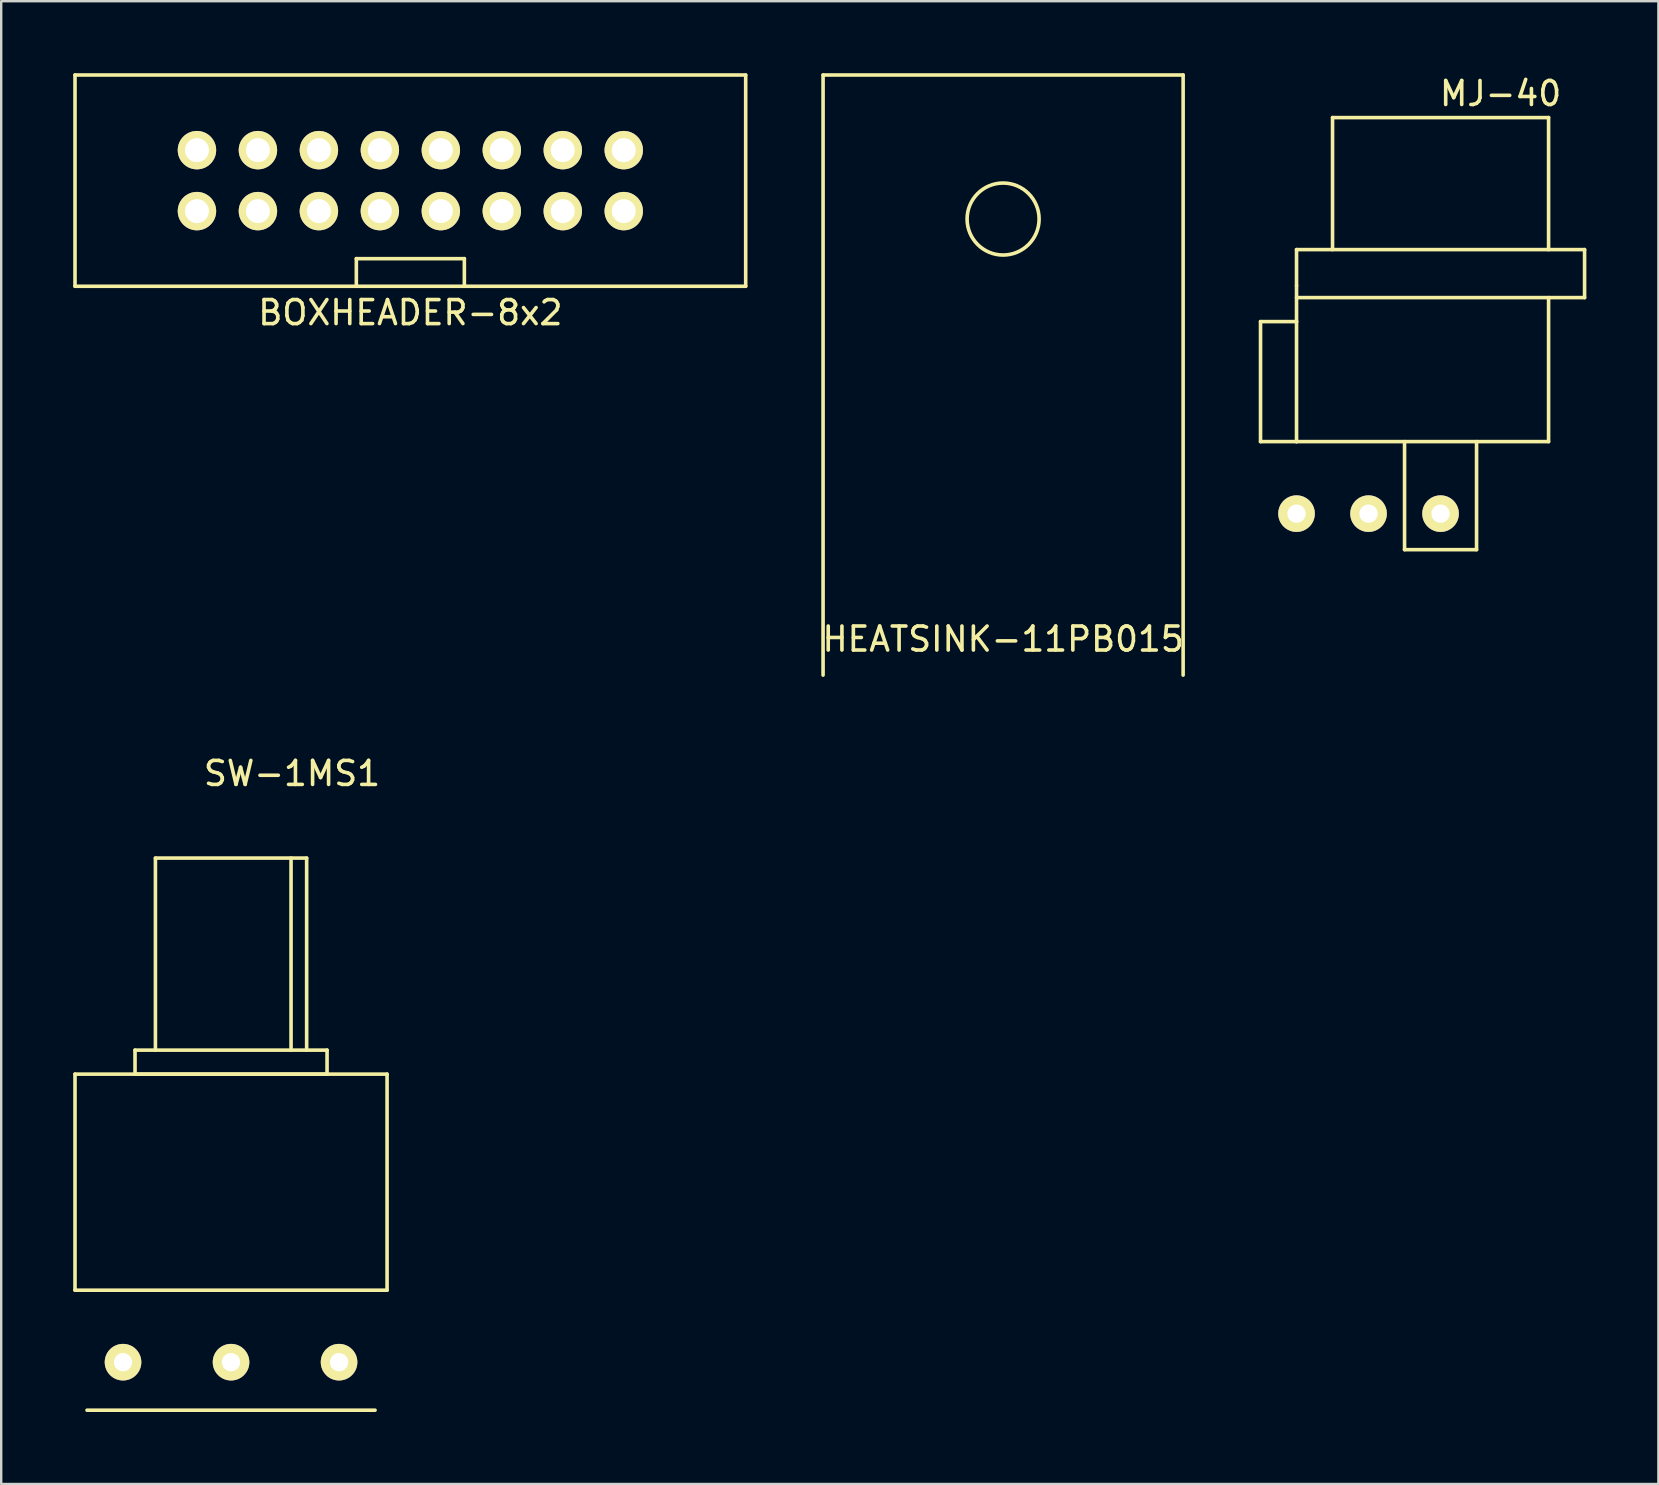
<source format=kicad_pcb>
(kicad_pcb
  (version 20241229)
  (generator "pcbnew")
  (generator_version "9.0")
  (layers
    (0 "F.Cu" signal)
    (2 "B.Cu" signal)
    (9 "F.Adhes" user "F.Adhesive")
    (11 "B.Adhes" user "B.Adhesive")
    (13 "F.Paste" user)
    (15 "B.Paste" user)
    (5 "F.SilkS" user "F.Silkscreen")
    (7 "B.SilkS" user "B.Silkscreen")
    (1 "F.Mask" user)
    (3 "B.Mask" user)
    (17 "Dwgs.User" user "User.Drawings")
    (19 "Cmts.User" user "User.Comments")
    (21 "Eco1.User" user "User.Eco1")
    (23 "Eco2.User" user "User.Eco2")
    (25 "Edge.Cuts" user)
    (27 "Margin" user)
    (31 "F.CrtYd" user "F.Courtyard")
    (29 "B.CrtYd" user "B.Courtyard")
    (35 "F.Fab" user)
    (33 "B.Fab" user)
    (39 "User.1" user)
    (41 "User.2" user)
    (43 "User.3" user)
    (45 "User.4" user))
  (footprint "MJ-40"
    (layer "F.Cu")
    (at 56.963 7.348)
    (property "Reference" "MJ-40" (at 2.5 -6.5 0) (layer "F.SilkS") (effects (font (size 1 1) (thickness 0.15))))
    (attr through_hole)
    (fp_line (start -7.5 3) (end -6 3) (stroke (width 0.15) (type solid)) (layer "F.SilkS"))
    (fp_line (start -7.5 8) (end -7.5 3) (stroke (width 0.15) (type solid)) (layer "F.SilkS"))
    (fp_line (start -6 1.5) (end -6 0) (stroke (width 0.15) (type solid)) (layer "F.SilkS"))
    (fp_line (start -6 3) (end -6 1.5) (stroke (width 0.15) (type solid)) (layer "F.SilkS"))
    (fp_line (start -6 3) (end -6 8) (stroke (width 0.15) (type solid)) (layer "F.SilkS"))
    (fp_line (start -6 8) (end -7.5 8) (stroke (width 0.15) (type solid)) (layer "F.SilkS"))
    (fp_line (start -4.5 -5.5) (end -4.5 0) (stroke (width 0.15) (type solid)) (layer "F.SilkS"))
    (fp_line (start -1.5 12.5) (end -1.5 8) (stroke (width 0.15) (type solid)) (layer "F.SilkS"))
    (fp_line (start 1.5 8) (end 1.5 12.5) (stroke (width 0.15) (type solid)) (layer "F.SilkS"))
    (fp_line (start 1.5 12.5) (end -1.5 12.5) (stroke (width 0.15) (type solid)) (layer "F.SilkS"))
    (fp_line (start 4.5 -5.5) (end -4.5 -5.5) (stroke (width 0.15) (type solid)) (layer "F.SilkS"))
    (fp_line (start 4.5 0) (end 4.5 -5.5) (stroke (width 0.15) (type solid)) (layer "F.SilkS"))
    (fp_line (start 4.5 8) (end -6 8) (stroke (width 0.15) (type solid)) (layer "F.SilkS"))
    (fp_line (start 4.5 8) (end 4.5 2) (stroke (width 0.15) (type solid)) (layer "F.SilkS"))
    (fp_line (start 6 0) (end -6 0) (stroke (width 0.15) (type solid)) (layer "F.SilkS"))
    (fp_line (start 6 0) (end 6 2) (stroke (width 0.15) (type solid)) (layer "F.SilkS"))
    (fp_line (start 6 2) (end -6 2) (stroke (width 0.15) (type solid)) (layer "F.SilkS"))
    (pad "1" thru_hole circle (at -6 11) (size 1.524 1.524) (drill 0.762) (layers "*.Cu" "*.Mask" "F.SilkS"))
    (pad "2" thru_hole circle (at -3 11) (size 1.524 1.524) (drill 0.762) (layers "*.Cu" "*.Mask" "F.SilkS"))
    (pad "3" thru_hole circle (at 0 11) (size 1.524 1.524) (drill 0.762) (layers "*.Cu" "*.Mask" "F.SilkS")))
  (footprint "SW-1MS1"
    (layer "F.Cu")
    (at 6.575 38.698)
    (property "Reference" "SW-1MS1" (at 2.54 -9.525 0) (layer "F.SilkS") (effects (font (size 1 1) (thickness 0.15))))
    (attr through_hole)
    (fp_line (start -6.5 3) (end -6.5 12) (stroke (width 0.15) (type solid)) (layer "F.SilkS"))
    (fp_line (start -4 2) (end -4 3) (stroke (width 0.15) (type solid)) (layer "F.SilkS"))
    (fp_line (start -4 3) (end 4 3) (stroke (width 0.15) (type solid)) (layer "F.SilkS"))
    (fp_line (start -3.15 -6) (end -3.15 2) (stroke (width 0.15) (type solid)) (layer "F.SilkS"))
    (fp_line (start 2.5 -6) (end 2.5 2) (stroke (width 0.15) (type solid)) (layer "F.SilkS"))
    (fp_line (start 3.15 -6) (end -3.15 -6) (stroke (width 0.15) (type solid)) (layer "F.SilkS"))
    (fp_line (start 3.15 2) (end 3.15 -6) (stroke (width 0.15) (type solid)) (layer "F.SilkS"))
    (fp_line (start 4 2) (end -4 2) (stroke (width 0.15) (type solid)) (layer "F.SilkS"))
    (fp_line (start 4 3) (end 4 2) (stroke (width 0.15) (type solid)) (layer "F.SilkS"))
    (fp_line (start 6 17) (end -6 17) (stroke (width 0.15) (type solid)) (layer "F.SilkS"))
    (fp_line (start 6.5 3) (end -6.5 3) (stroke (width 0.15) (type solid)) (layer "F.SilkS"))
    (fp_line (start 6.5 12) (end -6.5 12) (stroke (width 0.15) (type solid)) (layer "F.SilkS"))
    (fp_line (start 6.5 12) (end 6.5 3) (stroke (width 0.15) (type solid)) (layer "F.SilkS"))
    (pad "1" thru_hole circle (at -4.5 15) (size 1.524 1.524) (drill 0.762) (layers "*.Cu" "*.Mask" "F.SilkS"))
    (pad "2" thru_hole circle (at 0 15) (size 1.524 1.524) (drill 0.762) (layers "*.Cu" "*.Mask" "F.SilkS"))
    (pad "3" thru_hole circle (at 4.5 15) (size 1.524 1.524) (drill 0.762) (layers "*.Cu" "*.Mask" "F.SilkS")))
  (footprint "HEATSINK-11PB015"
    (layer "F.Cu")
    (at 38.739 25.075)
    (property "Reference" "HEATSINK-11PB015" (at 0 -1.5 0) (layer "F.SilkS") (effects (font (size 1 1) (thickness 0.15))))
    (attr through_hole)
    (fp_line (start -7.5 -25) (end -7.5 0) (stroke (width 0.15) (type solid)) (layer "F.SilkS"))
    (fp_line (start 7.5 -25) (end -7.5 -25) (stroke (width 0.15) (type solid)) (layer "F.SilkS"))
    (fp_line (start 7.5 0) (end 7.5 -25) (stroke (width 0.15) (type solid)) (layer "F.SilkS"))
    (fp_circle (center 0 -19) (end 1.5 -19) (stroke (width 0.15) (type solid)) (fill no) (layer "F.SilkS")))
  (footprint "BOXHEADER-8x2"
    (layer "F.Cu")
    (at 14.045 4.475)
    (property "Reference" "BOXHEADER-8x2" (at 0 5.5 0) (layer "F.SilkS") (effects (font (size 1 1) (thickness 0.15))))
    (attr through_hole)
    (fp_line (start -13.97 -4.4) (end -13.97 4.4) (stroke (width 0.15) (type solid)) (layer "F.SilkS"))
    (fp_line (start -13.97 4.4) (end 13.97 4.4) (stroke (width 0.15) (type solid)) (layer "F.SilkS"))
    (fp_line (start -2.25 3.25) (end -2.25 4.4) (stroke (width 0.15) (type solid)) (layer "F.SilkS"))
    (fp_line (start -2.25 3.25) (end 2.25 3.25) (stroke (width 0.15) (type solid)) (layer "F.SilkS"))
    (fp_line (start 2.25 3.25) (end 2.25 4.4) (stroke (width 0.15) (type solid)) (layer "F.SilkS"))
    (fp_line (start 13.97 -4.4) (end -13.97 -4.4) (stroke (width 0.15) (type solid)) (layer "F.SilkS"))
    (fp_line (start 13.97 4.4) (end 13.97 -4.4) (stroke (width 0.15) (type solid)) (layer "F.SilkS"))
    (pad "1" thru_hole circle (at -8.89 1.27) (size 1.6 1.6) (drill 1) (layers "*.Cu" "*.Mask" "F.SilkS"))
    (pad "2" thru_hole circle (at -8.89 -1.27) (size 1.6 1.6) (drill 1) (layers "*.Cu" "*.Mask" "F.SilkS"))
    (pad "3" thru_hole circle (at -6.35 1.27) (size 1.6 1.6) (drill 1) (layers "*.Cu" "*.Mask" "F.SilkS"))
    (pad "4" thru_hole circle (at -6.35 -1.27) (size 1.6 1.6) (drill 1) (layers "*.Cu" "*.Mask" "F.SilkS"))
    (pad "5" thru_hole circle (at -3.81 1.27) (size 1.6 1.6) (drill 1) (layers "*.Cu" "*.Mask" "F.SilkS"))
    (pad "6" thru_hole circle (at -3.81 -1.27) (size 1.6 1.6) (drill 1) (layers "*.Cu" "*.Mask" "F.SilkS"))
    (pad "7" thru_hole circle (at -1.27 1.27) (size 1.6 1.6) (drill 1) (layers "*.Cu" "*.Mask" "F.SilkS"))
    (pad "8" thru_hole circle (at -1.27 -1.27) (size 1.6 1.6) (drill 1) (layers "*.Cu" "*.Mask" "F.SilkS"))
    (pad "9" thru_hole circle (at 1.27 1.27) (size 1.6 1.6) (drill 1) (layers "*.Cu" "*.Mask" "F.SilkS"))
    (pad "10" thru_hole circle (at 1.27 -1.27) (size 1.6 1.6) (drill 1) (layers "*.Cu" "*.Mask" "F.SilkS"))
    (pad "11" thru_hole circle (at 3.81 1.27) (size 1.6 1.6) (drill 1) (layers "*.Cu" "*.Mask" "F.SilkS"))
    (pad "12" thru_hole circle (at 3.81 -1.27) (size 1.6 1.6) (drill 1) (layers "*.Cu" "*.Mask" "F.SilkS"))
    (pad "13" thru_hole circle (at 6.35 1.27) (size 1.6 1.6) (drill 1) (layers "*.Cu" "*.Mask" "F.SilkS"))
    (pad "14" thru_hole circle (at 6.35 -1.27) (size 1.6 1.6) (drill 1) (layers "*.Cu" "*.Mask" "F.SilkS"))
    (pad "15" thru_hole circle (at 8.89 1.27) (size 1.6 1.6) (drill 1) (layers "*.Cu" "*.Mask" "F.SilkS"))
    (pad "16" thru_hole circle (at 8.89 -1.27) (size 1.6 1.6) (drill 1) (layers "*.Cu" "*.Mask" "F.SilkS")))
  (gr_rect
    (start -3 -3)
    (end 66.038 58.773)
    (stroke (width 0.1) (type default))
    (fill no)
    (layer "Edge.Cuts")))
</source>
